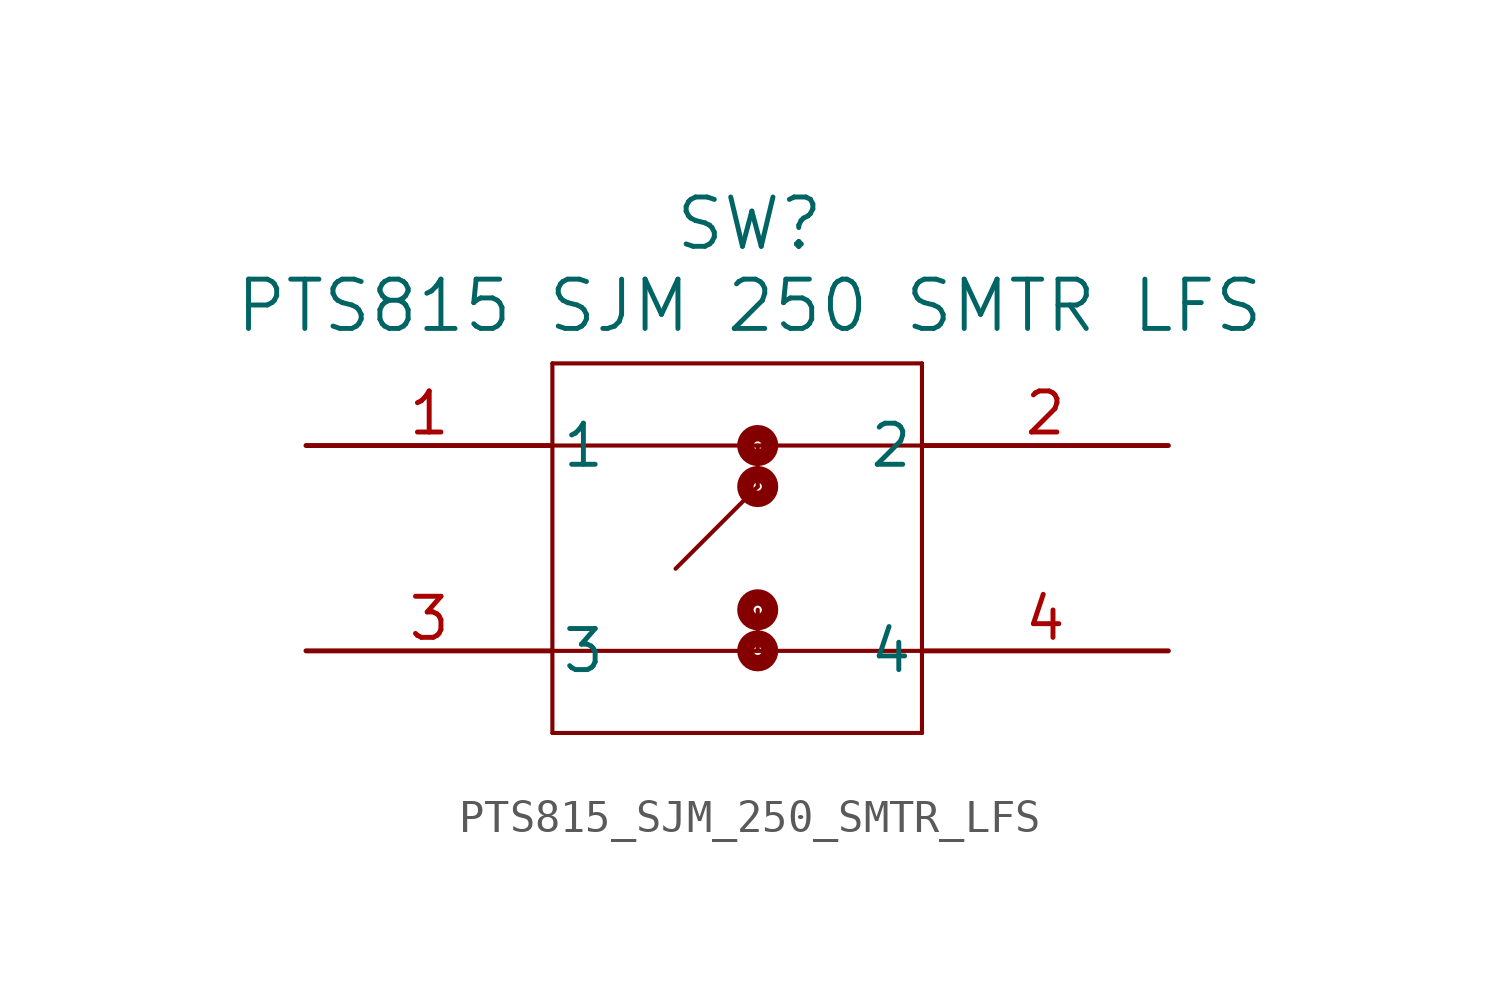
<source format=kicad_sym>
(kicad_symbol_lib
  (version 20231120)
  (generator "kicad_symbol_editor")
  (generator_version "8.0")
  (symbol "PTS815_SJM_250_SMTR_LFS"
    (pin_names
      (offset 0.254))
    (property "Reference" "SW"
      (at 13.716 6.858 0)
      (effects (font (size 1.524 1.524))))
    (property "Value" "PTS815 SJM 250 SMTR LFS"
      (at 13.716 4.318 0)
      (effects (font (size 1.524 1.524))))
    (property "ki_locked" ""
      (at 0 0 0)
      (effects (font (size 1.27 1.27))))
    (symbol "PTS815_SJM_250_SMTR_LFS_0_1"
      (polyline (pts (xy 7.62 -8.89) (xy 19.05 -8.89)) (stroke (width 0.127) (type default)) (fill (type none)))
      (polyline (pts (xy 7.62 0) (xy 19.05 0)) (stroke (width 0.127) (type default)) (fill (type none)))
      (polyline (pts (xy 7.62 2.54) (xy 7.62 -8.89)) (stroke (width 0.127) (type default)) (fill (type none)))
      (polyline (pts (xy 11.43 -3.81) (xy 13.97 -1.27)) (stroke (width 0.127) (type default)) (fill (type none)))
      (polyline (pts (xy 13.97 -5.08) (xy 13.97 -6.35)) (stroke (width 0.127) (type default)) (fill (type none)))
      (polyline (pts (xy 13.97 -1.27) (xy 13.97 0)) (stroke (width 0.127) (type default)) (fill (type none)))
      (polyline (pts (xy 19.05 -8.89) (xy 19.05 2.54)) (stroke (width 0.127) (type default)) (fill (type none)))
      (polyline (pts (xy 19.05 -6.35) (xy 7.62 -6.35)) (stroke (width 0.127) (type default)) (fill (type none)))
      (polyline (pts (xy 19.05 2.54) (xy 7.62 2.54)) (stroke (width 0.127) (type default)) (fill (type none)))
      (circle (center 13.97 -6.35) (radius 0.127) (stroke (width 0.508) (type default)) (fill (type none)))
      (circle (center 13.97 -5.08) (radius 0.127) (stroke (width 0.508) (type default)) (fill (type none)))
      (circle (center 13.97 -1.27) (radius 0.127) (stroke (width 0.508) (type default)) (fill (type none)))
      (circle (center 13.97 0) (radius 0.127) (stroke (width 0.508) (type default)) (fill (type none)))
      (pin unspecified line (at 0 0 0) (length 7.62) (name "1" (effects (font (size 1.27 1.27)))) (number "1" (effects (font (size 1.27 1.27)))))
      (pin unspecified line (at 26.67 0 180) (length 7.62) (name "2" (effects (font (size 1.27 1.27)))) (number "2" (effects (font (size 1.27 1.27)))))
      (pin unspecified line (at 0 -6.35 0) (length 7.62) (name "3" (effects (font (size 1.27 1.27)))) (number "3" (effects (font (size 1.27 1.27)))))
      (pin unspecified line (at 26.67 -6.35 180) (length 7.62) (name "4" (effects (font (size 1.27 1.27)))) (number "4" (effects (font (size 1.27 1.27))))))))
</source>
